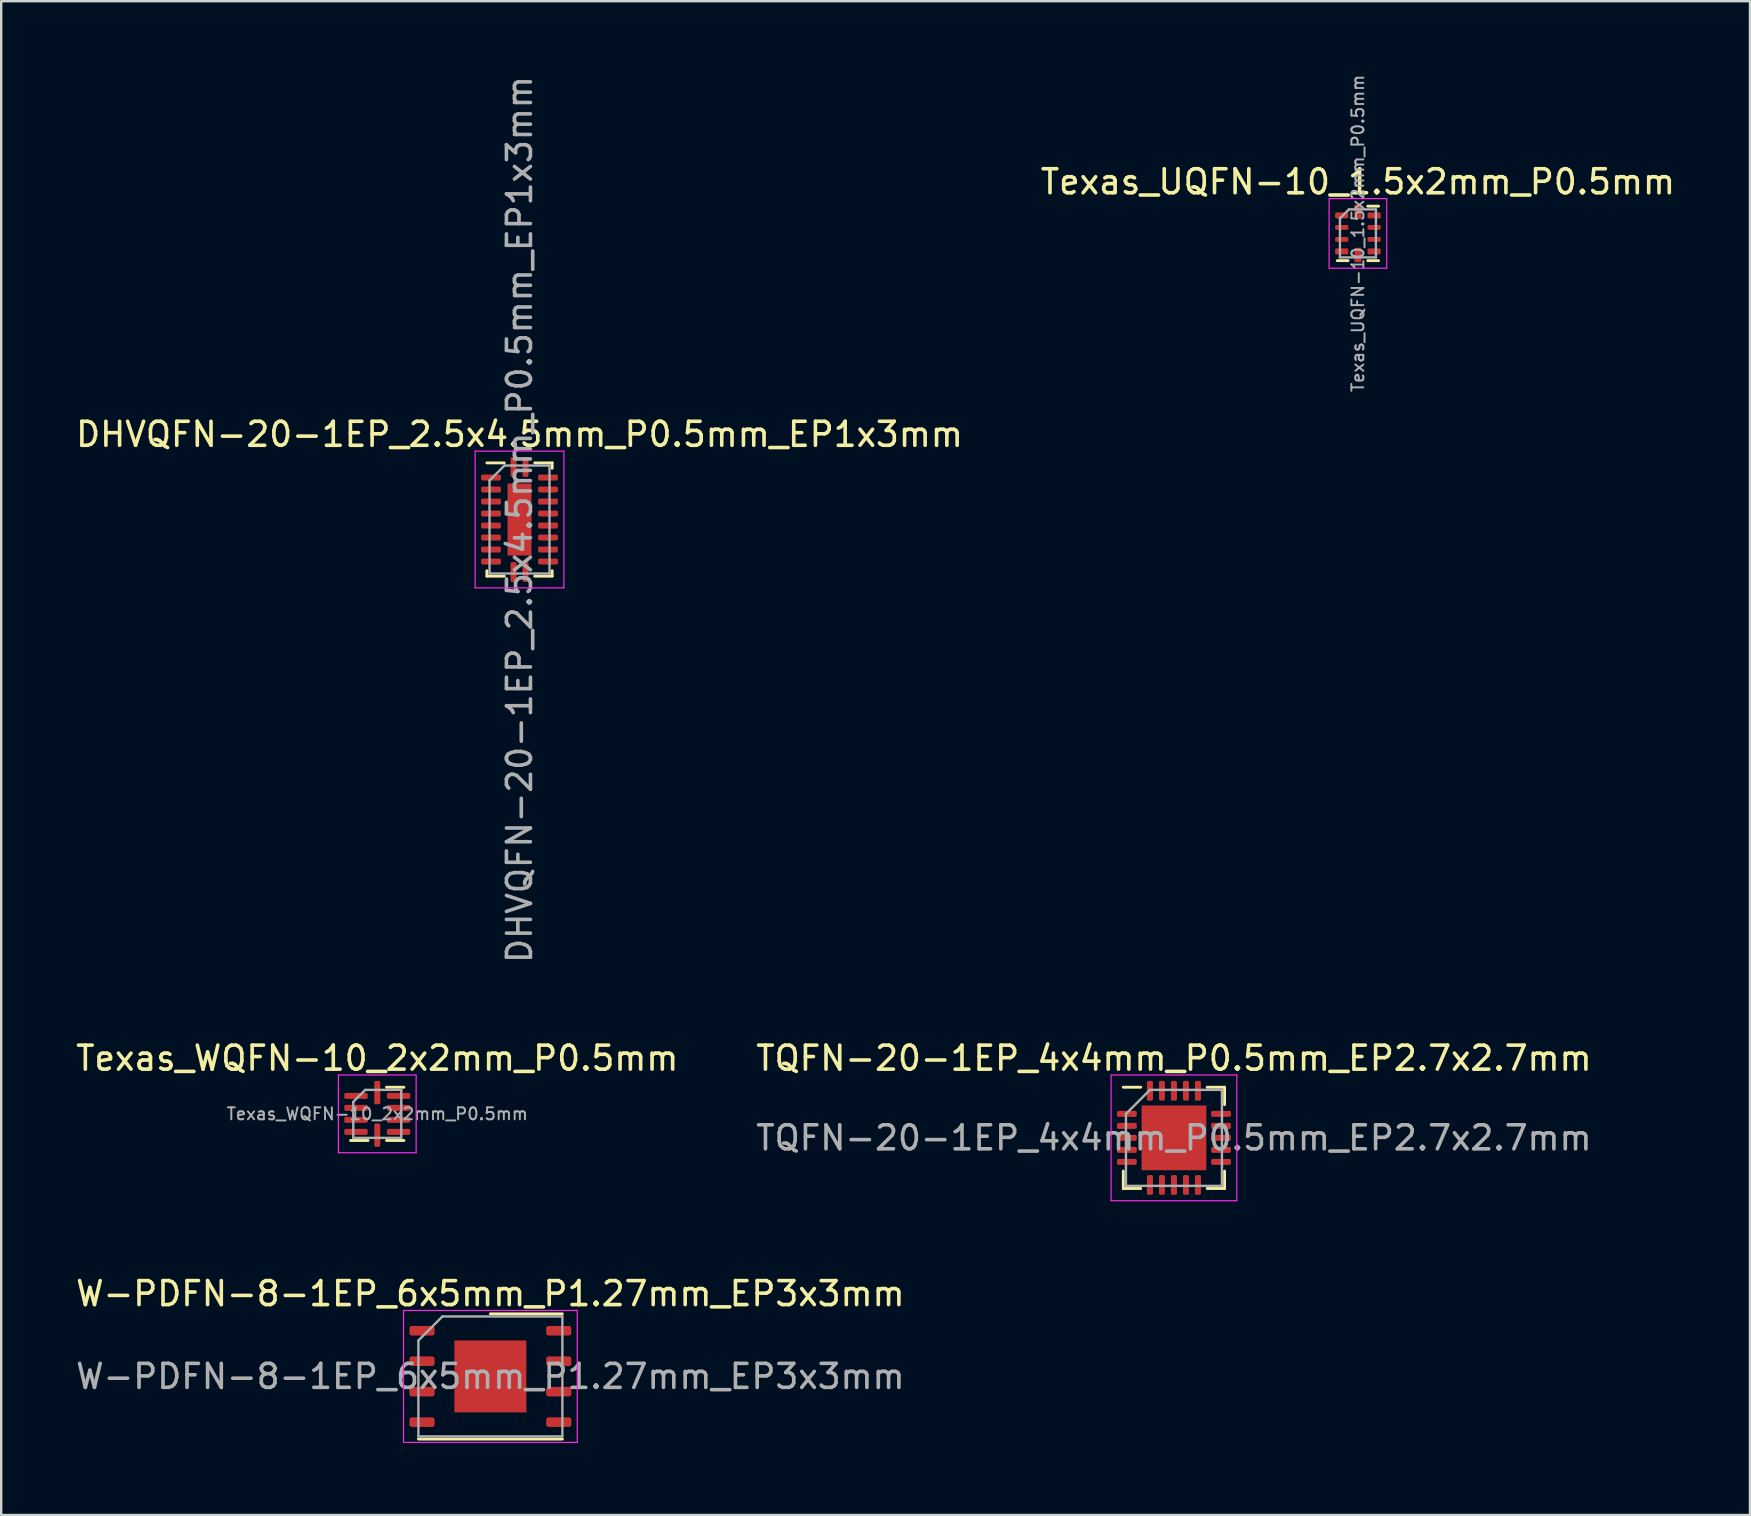
<source format=kicad_pcb>
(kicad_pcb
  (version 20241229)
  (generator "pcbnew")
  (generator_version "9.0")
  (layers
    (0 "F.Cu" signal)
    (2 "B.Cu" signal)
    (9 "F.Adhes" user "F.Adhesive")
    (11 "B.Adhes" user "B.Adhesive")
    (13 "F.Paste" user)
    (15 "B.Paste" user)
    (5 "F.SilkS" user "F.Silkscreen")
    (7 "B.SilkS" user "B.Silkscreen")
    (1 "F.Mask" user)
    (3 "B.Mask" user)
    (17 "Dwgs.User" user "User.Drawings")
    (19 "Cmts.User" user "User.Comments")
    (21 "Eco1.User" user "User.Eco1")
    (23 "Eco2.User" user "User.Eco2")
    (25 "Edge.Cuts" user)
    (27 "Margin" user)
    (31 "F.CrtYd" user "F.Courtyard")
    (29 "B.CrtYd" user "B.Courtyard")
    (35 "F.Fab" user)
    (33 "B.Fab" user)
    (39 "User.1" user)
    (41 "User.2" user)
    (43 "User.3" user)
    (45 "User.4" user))
  (footprint "Texas_WQFN-10_2x2mm_P0.5mm"
    (layer "F.Cu")
    (at 12.673 43.371)
    (property "Reference" "Texas_WQFN-10_2x2mm_P0.5mm" (at 0 -2.32 0) (layer "F.SilkS") (effects (font (size 1 1) (thickness 0.15))))
    (attr smd)
    (fp_line (start -0.385 1.11) (end -1.11 1.11) (stroke (width 0.12) (type solid)) (layer "F.SilkS"))
    (fp_line (start 0.385 -1.11) (end 1.11 -1.11) (stroke (width 0.12) (type solid)) (layer "F.SilkS"))
    (fp_line (start 0.385 1.11) (end 1.11 1.11) (stroke (width 0.12) (type solid)) (layer "F.SilkS"))
    (fp_line (start -1.62 -1.62) (end -1.62 1.62) (stroke (width 0.05) (type solid)) (layer "F.CrtYd"))
    (fp_line (start -1.62 1.62) (end 1.62 1.62) (stroke (width 0.05) (type solid)) (layer "F.CrtYd"))
    (fp_line (start 1.62 -1.62) (end -1.62 -1.62) (stroke (width 0.05) (type solid)) (layer "F.CrtYd"))
    (fp_line (start 1.62 1.62) (end 1.62 -1.62) (stroke (width 0.05) (type solid)) (layer "F.CrtYd"))
    (fp_line (start -1 -0.5) (end -0.5 -1) (stroke (width 0.1) (type solid)) (layer "F.Fab"))
    (fp_line (start -1 1) (end -1 -0.5) (stroke (width 0.1) (type solid)) (layer "F.Fab"))
    (fp_line (start -0.5 -1) (end 1 -1) (stroke (width 0.1) (type solid)) (layer "F.Fab"))
    (fp_line (start 1 -1) (end 1 1) (stroke (width 0.1) (type solid)) (layer "F.Fab"))
    (fp_line (start 1 1) (end -1 1) (stroke (width 0.1) (type solid)) (layer "F.Fab"))
    (fp_text user "${REFERENCE}" (at 0 0 0) (layer "F.Fab") (effects (font (size 0.5 0.5) (thickness 0.08))))
    (pad "1" smd roundrect (at -0.887 -0.75) (size 0.975 0.25) (layers "F.Cu" "F.Mask" "F.Paste") (roundrect_rratio 0.25))
    (pad "2" smd roundrect (at -0.887 -0.25) (size 0.975 0.25) (layers "F.Cu" "F.Mask" "F.Paste") (roundrect_rratio 0.25))
    (pad "3" smd roundrect (at -0.887 0.25) (size 0.975 0.25) (layers "F.Cu" "F.Mask" "F.Paste") (roundrect_rratio 0.25))
    (pad "4" smd roundrect (at -0.887 0.75) (size 0.975 0.25) (layers "F.Cu" "F.Mask" "F.Paste") (roundrect_rratio 0.25))
    (pad "5" smd roundrect (at 0 0.887) (size 0.25 0.975) (layers "F.Cu" "F.Mask" "F.Paste") (roundrect_rratio 0.25))
    (pad "6" smd roundrect (at 0.887 0.75) (size 0.975 0.25) (layers "F.Cu" "F.Mask" "F.Paste") (roundrect_rratio 0.25))
    (pad "7" smd roundrect (at 0.887 0.25) (size 0.975 0.25) (layers "F.Cu" "F.Mask" "F.Paste") (roundrect_rratio 0.25))
    (pad "8" smd roundrect (at 0.887 -0.25) (size 0.975 0.25) (layers "F.Cu" "F.Mask" "F.Paste") (roundrect_rratio 0.25))
    (pad "9" smd roundrect (at 0.887 -0.75) (size 0.975 0.25) (layers "F.Cu" "F.Mask" "F.Paste") (roundrect_rratio 0.25))
    (pad "10" smd roundrect (at 0 -0.887) (size 0.25 0.975) (layers "F.Cu" "F.Mask" "F.Paste") (roundrect_rratio 0.25)))
  (footprint "W-PDFN-8-1EP_6x5mm_P1.27mm_EP3x3mm"
    (layer "F.Cu")
    (at 17.387 54.314)
    (property "Reference" "W-PDFN-8-1EP_6x5mm_P1.27mm_EP3x3mm" (at 0 -3.45 0) (layer "F.SilkS") (effects (font (size 1 1) (thickness 0.15))))
    (attr smd)
    (fp_line (start -3 2.61) (end 3 2.61) (stroke (width 0.12) (type solid)) (layer "F.SilkS"))
    (fp_line (start 0 -2.61) (end 3 -2.61) (stroke (width 0.12) (type solid)) (layer "F.SilkS"))
    (fp_line (start -3.62 -2.75) (end -3.62 2.75) (stroke (width 0.05) (type solid)) (layer "F.CrtYd"))
    (fp_line (start -3.62 2.75) (end 3.62 2.75) (stroke (width 0.05) (type solid)) (layer "F.CrtYd"))
    (fp_line (start 3.62 -2.75) (end -3.62 -2.75) (stroke (width 0.05) (type solid)) (layer "F.CrtYd"))
    (fp_line (start 3.62 2.75) (end 3.62 -2.75) (stroke (width 0.05) (type solid)) (layer "F.CrtYd"))
    (fp_line (start -3 -1.5) (end -2 -2.5) (stroke (width 0.1) (type solid)) (layer "F.Fab"))
    (fp_line (start -3 2.5) (end -3 -1.5) (stroke (width 0.1) (type solid)) (layer "F.Fab"))
    (fp_line (start -2 -2.5) (end 3 -2.5) (stroke (width 0.1) (type solid)) (layer "F.Fab"))
    (fp_line (start 3 -2.5) (end 3 2.5) (stroke (width 0.1) (type solid)) (layer "F.Fab"))
    (fp_line (start 3 2.5) (end -3 2.5) (stroke (width 0.1) (type solid)) (layer "F.Fab"))
    (fp_text user "${REFERENCE}" (at 0 0 0) (layer "F.Fab") (effects (font (size 1 1) (thickness 0.15))))
    (pad "" smd roundrect (at -0.75 -0.75) (size 1.21 1.21) (layers "F.Paste") (roundrect_rratio 0.207))
    (pad "" smd roundrect (at -0.75 0.75) (size 1.21 1.21) (layers "F.Paste") (roundrect_rratio 0.207))
    (pad "" smd roundrect (at 0.75 -0.75) (size 1.21 1.21) (layers "F.Paste") (roundrect_rratio 0.207))
    (pad "" smd roundrect (at 0.75 0.75) (size 1.21 1.21) (layers "F.Paste") (roundrect_rratio 0.207))
    (pad "1" smd roundrect (at -2.85 -1.905) (size 1.05 0.4) (layers "F.Cu" "F.Mask" "F.Paste") (roundrect_rratio 0.25))
    (pad "2" smd roundrect (at -2.85 -0.635) (size 1.05 0.4) (layers "F.Cu" "F.Mask" "F.Paste") (roundrect_rratio 0.25))
    (pad "3" smd roundrect (at -2.85 0.635) (size 1.05 0.4) (layers "F.Cu" "F.Mask" "F.Paste") (roundrect_rratio 0.25))
    (pad "4" smd roundrect (at -2.85 1.905) (size 1.05 0.4) (layers "F.Cu" "F.Mask" "F.Paste") (roundrect_rratio 0.25))
    (pad "5" smd roundrect (at 2.85 1.905) (size 1.05 0.4) (layers "F.Cu" "F.Mask" "F.Paste") (roundrect_rratio 0.25))
    (pad "6" smd roundrect (at 2.85 0.635) (size 1.05 0.4) (layers "F.Cu" "F.Mask" "F.Paste") (roundrect_rratio 0.25))
    (pad "7" smd roundrect (at 2.85 -0.635) (size 1.05 0.4) (layers "F.Cu" "F.Mask" "F.Paste") (roundrect_rratio 0.25))
    (pad "8" smd roundrect (at 2.85 -1.905) (size 1.05 0.4) (layers "F.Cu" "F.Mask" "F.Paste") (roundrect_rratio 0.25))
    (pad "9" smd rect (at 0 0) (size 3 3) (layers "F.Cu" "F.Mask")))
  (footprint "DHVQFN-20-1EP_2.5x4.5mm_P0.5mm_EP1x3mm"
    (layer "F.Cu")
    (at 18.601 18.601)
    (property "Reference" "DHVQFN-20-1EP_2.5x4.5mm_P0.5mm_EP1x3mm" (at 0 -3.55 0) (layer "F.SilkS") (effects (font (size 1 1) (thickness 0.15))))
    (attr smd)
    (fp_line (start -1.36 2.36) (end -1.36 2.135) (stroke (width 0.12) (type solid)) (layer "F.SilkS"))
    (fp_line (start -0.635 -2.36) (end -1.36 -2.36) (stroke (width 0.12) (type solid)) (layer "F.SilkS"))
    (fp_line (start -0.635 2.36) (end -1.36 2.36) (stroke (width 0.12) (type solid)) (layer "F.SilkS"))
    (fp_line (start 0.635 -2.36) (end 1.36 -2.36) (stroke (width 0.12) (type solid)) (layer "F.SilkS"))
    (fp_line (start 0.635 2.36) (end 1.36 2.36) (stroke (width 0.12) (type solid)) (layer "F.SilkS"))
    (fp_line (start 1.36 -2.36) (end 1.36 -2.135) (stroke (width 0.12) (type solid)) (layer "F.SilkS"))
    (fp_line (start 1.36 2.36) (end 1.36 2.135) (stroke (width 0.12) (type solid)) (layer "F.SilkS"))
    (fp_line (start -1.85 -2.85) (end -1.85 2.85) (stroke (width 0.05) (type solid)) (layer "F.CrtYd"))
    (fp_line (start -1.85 2.85) (end 1.85 2.85) (stroke (width 0.05) (type solid)) (layer "F.CrtYd"))
    (fp_line (start 1.85 -2.85) (end -1.85 -2.85) (stroke (width 0.05) (type solid)) (layer "F.CrtYd"))
    (fp_line (start 1.85 2.85) (end 1.85 -2.85) (stroke (width 0.05) (type solid)) (layer "F.CrtYd"))
    (fp_line (start -1.25 -1.625) (end -0.625 -2.25) (stroke (width 0.1) (type solid)) (layer "F.Fab"))
    (fp_line (start -1.25 2.25) (end -1.25 -1.625) (stroke (width 0.1) (type solid)) (layer "F.Fab"))
    (fp_line (start -0.625 -2.25) (end 1.25 -2.25) (stroke (width 0.1) (type solid)) (layer "F.Fab"))
    (fp_line (start 1.25 -2.25) (end 1.25 2.25) (stroke (width 0.1) (type solid)) (layer "F.Fab"))
    (fp_line (start 1.25 2.25) (end -1.25 2.25) (stroke (width 0.1) (type solid)) (layer "F.Fab"))
    (fp_text user "${REFERENCE}" (at 0 0 90) (layer "F.Fab") (effects (font (size 1 1) (thickness 0.15))))
    (pad "" smd roundrect (at 0 -0.75) (size 0.81 1.21) (layers "F.Paste") (roundrect_rratio 0.25))
    (pad "" smd roundrect (at 0 0.75) (size 0.81 1.21) (layers "F.Paste") (roundrect_rratio 0.25))
    (pad "1" smd roundrect (at -0.25 -2.188) (size 0.25 0.825) (layers "F.Cu" "F.Mask" "F.Paste") (roundrect_rratio 0.25))
    (pad "2" smd roundrect (at -1.188 -1.75) (size 0.825 0.25) (layers "F.Cu" "F.Mask" "F.Paste") (roundrect_rratio 0.25))
    (pad "3" smd roundrect (at -1.188 -1.25) (size 0.825 0.25) (layers "F.Cu" "F.Mask" "F.Paste") (roundrect_rratio 0.25))
    (pad "4" smd roundrect (at -1.188 -0.75) (size 0.825 0.25) (layers "F.Cu" "F.Mask" "F.Paste") (roundrect_rratio 0.25))
    (pad "5" smd roundrect (at -1.188 -0.25) (size 0.825 0.25) (layers "F.Cu" "F.Mask" "F.Paste") (roundrect_rratio 0.25))
    (pad "6" smd roundrect (at -1.188 0.25) (size 0.825 0.25) (layers "F.Cu" "F.Mask" "F.Paste") (roundrect_rratio 0.25))
    (pad "7" smd roundrect (at -1.188 0.75) (size 0.825 0.25) (layers "F.Cu" "F.Mask" "F.Paste") (roundrect_rratio 0.25))
    (pad "8" smd roundrect (at -1.188 1.25) (size 0.825 0.25) (layers "F.Cu" "F.Mask" "F.Paste") (roundrect_rratio 0.25))
    (pad "9" smd roundrect (at -1.188 1.75) (size 0.825 0.25) (layers "F.Cu" "F.Mask" "F.Paste") (roundrect_rratio 0.25))
    (pad "10" smd roundrect (at -0.25 2.188) (size 0.25 0.825) (layers "F.Cu" "F.Mask" "F.Paste") (roundrect_rratio 0.25))
    (pad "11" smd roundrect (at 0.25 2.188) (size 0.25 0.825) (layers "F.Cu" "F.Mask" "F.Paste") (roundrect_rratio 0.25))
    (pad "12" smd roundrect (at 1.188 1.75) (size 0.825 0.25) (layers "F.Cu" "F.Mask" "F.Paste") (roundrect_rratio 0.25))
    (pad "13" smd roundrect (at 1.188 1.25) (size 0.825 0.25) (layers "F.Cu" "F.Mask" "F.Paste") (roundrect_rratio 0.25))
    (pad "14" smd roundrect (at 1.188 0.75) (size 0.825 0.25) (layers "F.Cu" "F.Mask" "F.Paste") (roundrect_rratio 0.25))
    (pad "15" smd roundrect (at 1.188 0.25) (size 0.825 0.25) (layers "F.Cu" "F.Mask" "F.Paste") (roundrect_rratio 0.25))
    (pad "16" smd roundrect (at 1.188 -0.25) (size 0.825 0.25) (layers "F.Cu" "F.Mask" "F.Paste") (roundrect_rratio 0.25))
    (pad "17" smd roundrect (at 1.188 -0.75) (size 0.825 0.25) (layers "F.Cu" "F.Mask" "F.Paste") (roundrect_rratio 0.25))
    (pad "18" smd roundrect (at 1.188 -1.25) (size 0.825 0.25) (layers "F.Cu" "F.Mask" "F.Paste") (roundrect_rratio 0.25))
    (pad "19" smd roundrect (at 1.188 -1.75) (size 0.825 0.25) (layers "F.Cu" "F.Mask" "F.Paste") (roundrect_rratio 0.25))
    (pad "20" smd roundrect (at 0.25 -2.188) (size 0.25 0.825) (layers "F.Cu" "F.Mask" "F.Paste") (roundrect_rratio 0.25))
    (pad "21" smd rect (at 0 0) (size 1 3) (layers "F.Cu" "F.Mask")))
  (footprint "TQFN-20-1EP_4x4mm_P0.5mm_EP2.7x2.7mm"
    (layer "F.Cu")
    (at 45.875 44.371)
    (property "Reference" "TQFN-20-1EP_4x4mm_P0.5mm_EP2.7x2.7mm" (at 0 -3.32 0) (layer "F.SilkS") (effects (font (size 1 1) (thickness 0.15))))
    (attr smd)
    (fp_line (start -2.11 2.11) (end -2.11 1.385) (stroke (width 0.12) (type solid)) (layer "F.SilkS"))
    (fp_line (start -1.385 -2.11) (end -2.11 -2.11) (stroke (width 0.12) (type solid)) (layer "F.SilkS"))
    (fp_line (start -1.385 2.11) (end -2.11 2.11) (stroke (width 0.12) (type solid)) (layer "F.SilkS"))
    (fp_line (start 1.385 -2.11) (end 2.11 -2.11) (stroke (width 0.12) (type solid)) (layer "F.SilkS"))
    (fp_line (start 1.385 2.11) (end 2.11 2.11) (stroke (width 0.12) (type solid)) (layer "F.SilkS"))
    (fp_line (start 2.11 -2.11) (end 2.11 -1.385) (stroke (width 0.12) (type solid)) (layer "F.SilkS"))
    (fp_line (start 2.11 2.11) (end 2.11 1.385) (stroke (width 0.12) (type solid)) (layer "F.SilkS"))
    (fp_line (start -2.62 -2.62) (end -2.62 2.62) (stroke (width 0.05) (type solid)) (layer "F.CrtYd"))
    (fp_line (start -2.62 2.62) (end 2.62 2.62) (stroke (width 0.05) (type solid)) (layer "F.CrtYd"))
    (fp_line (start 2.62 -2.62) (end -2.62 -2.62) (stroke (width 0.05) (type solid)) (layer "F.CrtYd"))
    (fp_line (start 2.62 2.62) (end 2.62 -2.62) (stroke (width 0.05) (type solid)) (layer "F.CrtYd"))
    (fp_line (start -2 -1) (end -1 -2) (stroke (width 0.1) (type solid)) (layer "F.Fab"))
    (fp_line (start -2 2) (end -2 -1) (stroke (width 0.1) (type solid)) (layer "F.Fab"))
    (fp_line (start -1 -2) (end 2 -2) (stroke (width 0.1) (type solid)) (layer "F.Fab"))
    (fp_line (start 2 -2) (end 2 2) (stroke (width 0.1) (type solid)) (layer "F.Fab"))
    (fp_line (start 2 2) (end -2 2) (stroke (width 0.1) (type solid)) (layer "F.Fab"))
    (fp_text user "${REFERENCE}" (at 0 0 0) (layer "F.Fab") (effects (font (size 1 1) (thickness 0.15))))
    (pad "" smd roundrect (at -0.675 -0.675) (size 1.09 1.09) (layers "F.Paste") (roundrect_rratio 0.229))
    (pad "" smd roundrect (at -0.675 0.675) (size 1.09 1.09) (layers "F.Paste") (roundrect_rratio 0.229))
    (pad "" smd roundrect (at 0.675 -0.675) (size 1.09 1.09) (layers "F.Paste") (roundrect_rratio 0.229))
    (pad "" smd roundrect (at 0.675 0.675) (size 1.09 1.09) (layers "F.Paste") (roundrect_rratio 0.229))
    (pad "1" smd roundrect (at -1.962 -1) (size 0.825 0.25) (layers "F.Cu" "F.Mask" "F.Paste") (roundrect_rratio 0.25))
    (pad "2" smd roundrect (at -1.962 -0.5) (size 0.825 0.25) (layers "F.Cu" "F.Mask" "F.Paste") (roundrect_rratio 0.25))
    (pad "3" smd roundrect (at -1.962 0) (size 0.825 0.25) (layers "F.Cu" "F.Mask" "F.Paste") (roundrect_rratio 0.25))
    (pad "4" smd roundrect (at -1.962 0.5) (size 0.825 0.25) (layers "F.Cu" "F.Mask" "F.Paste") (roundrect_rratio 0.25))
    (pad "5" smd roundrect (at -1.962 1) (size 0.825 0.25) (layers "F.Cu" "F.Mask" "F.Paste") (roundrect_rratio 0.25))
    (pad "6" smd roundrect (at -1 1.962) (size 0.25 0.825) (layers "F.Cu" "F.Mask" "F.Paste") (roundrect_rratio 0.25))
    (pad "7" smd roundrect (at -0.5 1.962) (size 0.25 0.825) (layers "F.Cu" "F.Mask" "F.Paste") (roundrect_rratio 0.25))
    (pad "8" smd roundrect (at 0 1.962) (size 0.25 0.825) (layers "F.Cu" "F.Mask" "F.Paste") (roundrect_rratio 0.25))
    (pad "9" smd roundrect (at 0.5 1.962) (size 0.25 0.825) (layers "F.Cu" "F.Mask" "F.Paste") (roundrect_rratio 0.25))
    (pad "10" smd roundrect (at 1 1.962) (size 0.25 0.825) (layers "F.Cu" "F.Mask" "F.Paste") (roundrect_rratio 0.25))
    (pad "11" smd roundrect (at 1.962 1) (size 0.825 0.25) (layers "F.Cu" "F.Mask" "F.Paste") (roundrect_rratio 0.25))
    (pad "12" smd roundrect (at 1.962 0.5) (size 0.825 0.25) (layers "F.Cu" "F.Mask" "F.Paste") (roundrect_rratio 0.25))
    (pad "13" smd roundrect (at 1.962 0) (size 0.825 0.25) (layers "F.Cu" "F.Mask" "F.Paste") (roundrect_rratio 0.25))
    (pad "14" smd roundrect (at 1.962 -0.5) (size 0.825 0.25) (layers "F.Cu" "F.Mask" "F.Paste") (roundrect_rratio 0.25))
    (pad "15" smd roundrect (at 1.962 -1) (size 0.825 0.25) (layers "F.Cu" "F.Mask" "F.Paste") (roundrect_rratio 0.25))
    (pad "16" smd roundrect (at 1 -1.962) (size 0.25 0.825) (layers "F.Cu" "F.Mask" "F.Paste") (roundrect_rratio 0.25))
    (pad "17" smd roundrect (at 0.5 -1.962) (size 0.25 0.825) (layers "F.Cu" "F.Mask" "F.Paste") (roundrect_rratio 0.25))
    (pad "18" smd roundrect (at 0 -1.962) (size 0.25 0.825) (layers "F.Cu" "F.Mask" "F.Paste") (roundrect_rratio 0.25))
    (pad "19" smd roundrect (at -0.5 -1.962) (size 0.25 0.825) (layers "F.Cu" "F.Mask" "F.Paste") (roundrect_rratio 0.25))
    (pad "20" smd roundrect (at -1 -1.962) (size 0.25 0.825) (layers "F.Cu" "F.Mask" "F.Paste") (roundrect_rratio 0.25))
    (pad "21" smd rect (at 0 0) (size 2.7 2.7) (layers "F.Cu" "F.Mask")))
  (footprint "Texas_UQFN-10_1.5x2mm_P0.5mm"
    (layer "F.Cu")
    (at 53.542 6.677)
    (property "Reference" "Texas_UQFN-10_1.5x2mm_P0.5mm" (at 0 -2.15 0) (layer "F.SilkS") (effects (font (size 1 1) (thickness 0.15))))
    (attr smd)
    (fp_line (start -0.41 1.135) (end -0.86 1.135) (stroke (width 0.12) (type solid)) (layer "F.SilkS"))
    (fp_line (start 0.41 -1.135) (end 0.86 -1.135) (stroke (width 0.12) (type solid)) (layer "F.SilkS"))
    (fp_line (start 0.41 1.135) (end 0.86 1.135) (stroke (width 0.12) (type solid)) (layer "F.SilkS"))
    (fp_line (start -1.2 -1.45) (end -1.2 1.45) (stroke (width 0.05) (type solid)) (layer "F.CrtYd"))
    (fp_line (start -1.2 1.45) (end 1.2 1.45) (stroke (width 0.05) (type solid)) (layer "F.CrtYd"))
    (fp_line (start 1.2 -1.45) (end -1.2 -1.45) (stroke (width 0.05) (type solid)) (layer "F.CrtYd"))
    (fp_line (start 1.2 1.45) (end 1.2 -1.45) (stroke (width 0.05) (type solid)) (layer "F.CrtYd"))
    (fp_line (start -0.75 -0.625) (end -0.375 -1) (stroke (width 0.1) (type solid)) (layer "F.Fab"))
    (fp_line (start -0.75 1) (end -0.75 -0.625) (stroke (width 0.1) (type solid)) (layer "F.Fab"))
    (fp_line (start -0.375 -1) (end 0.75 -1) (stroke (width 0.1) (type solid)) (layer "F.Fab"))
    (fp_line (start 0.75 -1) (end 0.75 1) (stroke (width 0.1) (type solid)) (layer "F.Fab"))
    (fp_line (start 0.75 1) (end -0.75 1) (stroke (width 0.1) (type solid)) (layer "F.Fab"))
    (fp_text user "${REFERENCE}" (at 0 0 90) (layer "F.Fab") (effects (font (size 0.5 0.5) (thickness 0.08))))
    (pad "1" smd roundrect (at -0.675 -0.75) (size 0.55 0.25) (layers "F.Cu" "F.Mask" "F.Paste") (roundrect_rratio 0.2))
    (pad "2" smd roundrect (at -0.675 -0.25) (size 0.55 0.2) (layers "F.Cu" "F.Mask" "F.Paste") (roundrect_rratio 0.25))
    (pad "3" smd roundrect (at -0.675 0.25) (size 0.55 0.2) (layers "F.Cu" "F.Mask" "F.Paste") (roundrect_rratio 0.25))
    (pad "4" smd roundrect (at -0.675 0.75) (size 0.55 0.25) (layers "F.Cu" "F.Mask" "F.Paste") (roundrect_rratio 0.2))
    (pad "5" smd roundrect (at 0 0.9) (size 0.3 0.6) (layers "F.Cu" "F.Mask" "F.Paste") (roundrect_rratio 0.167))
    (pad "6" smd roundrect (at 0.675 0.75) (size 0.55 0.25) (layers "F.Cu" "F.Mask" "F.Paste") (roundrect_rratio 0.2))
    (pad "7" smd roundrect (at 0.675 0.25) (size 0.55 0.2) (layers "F.Cu" "F.Mask" "F.Paste") (roundrect_rratio 0.25))
    (pad "8" smd roundrect (at 0.675 -0.25) (size 0.55 0.2) (layers "F.Cu" "F.Mask" "F.Paste") (roundrect_rratio 0.25))
    (pad "9" smd roundrect (at 0.675 -0.75) (size 0.55 0.25) (layers "F.Cu" "F.Mask" "F.Paste") (roundrect_rratio 0.2))
    (pad "10" smd roundrect (at 0 -0.9) (size 0.3 0.6) (layers "F.Cu" "F.Mask" "F.Paste") (roundrect_rratio 0.167)))
  (gr_rect
    (start -3 -3)
    (end 69.881 60.089)
    (stroke (width 0.1) (type default))
    (fill no)
    (layer "Edge.Cuts")))
</source>
